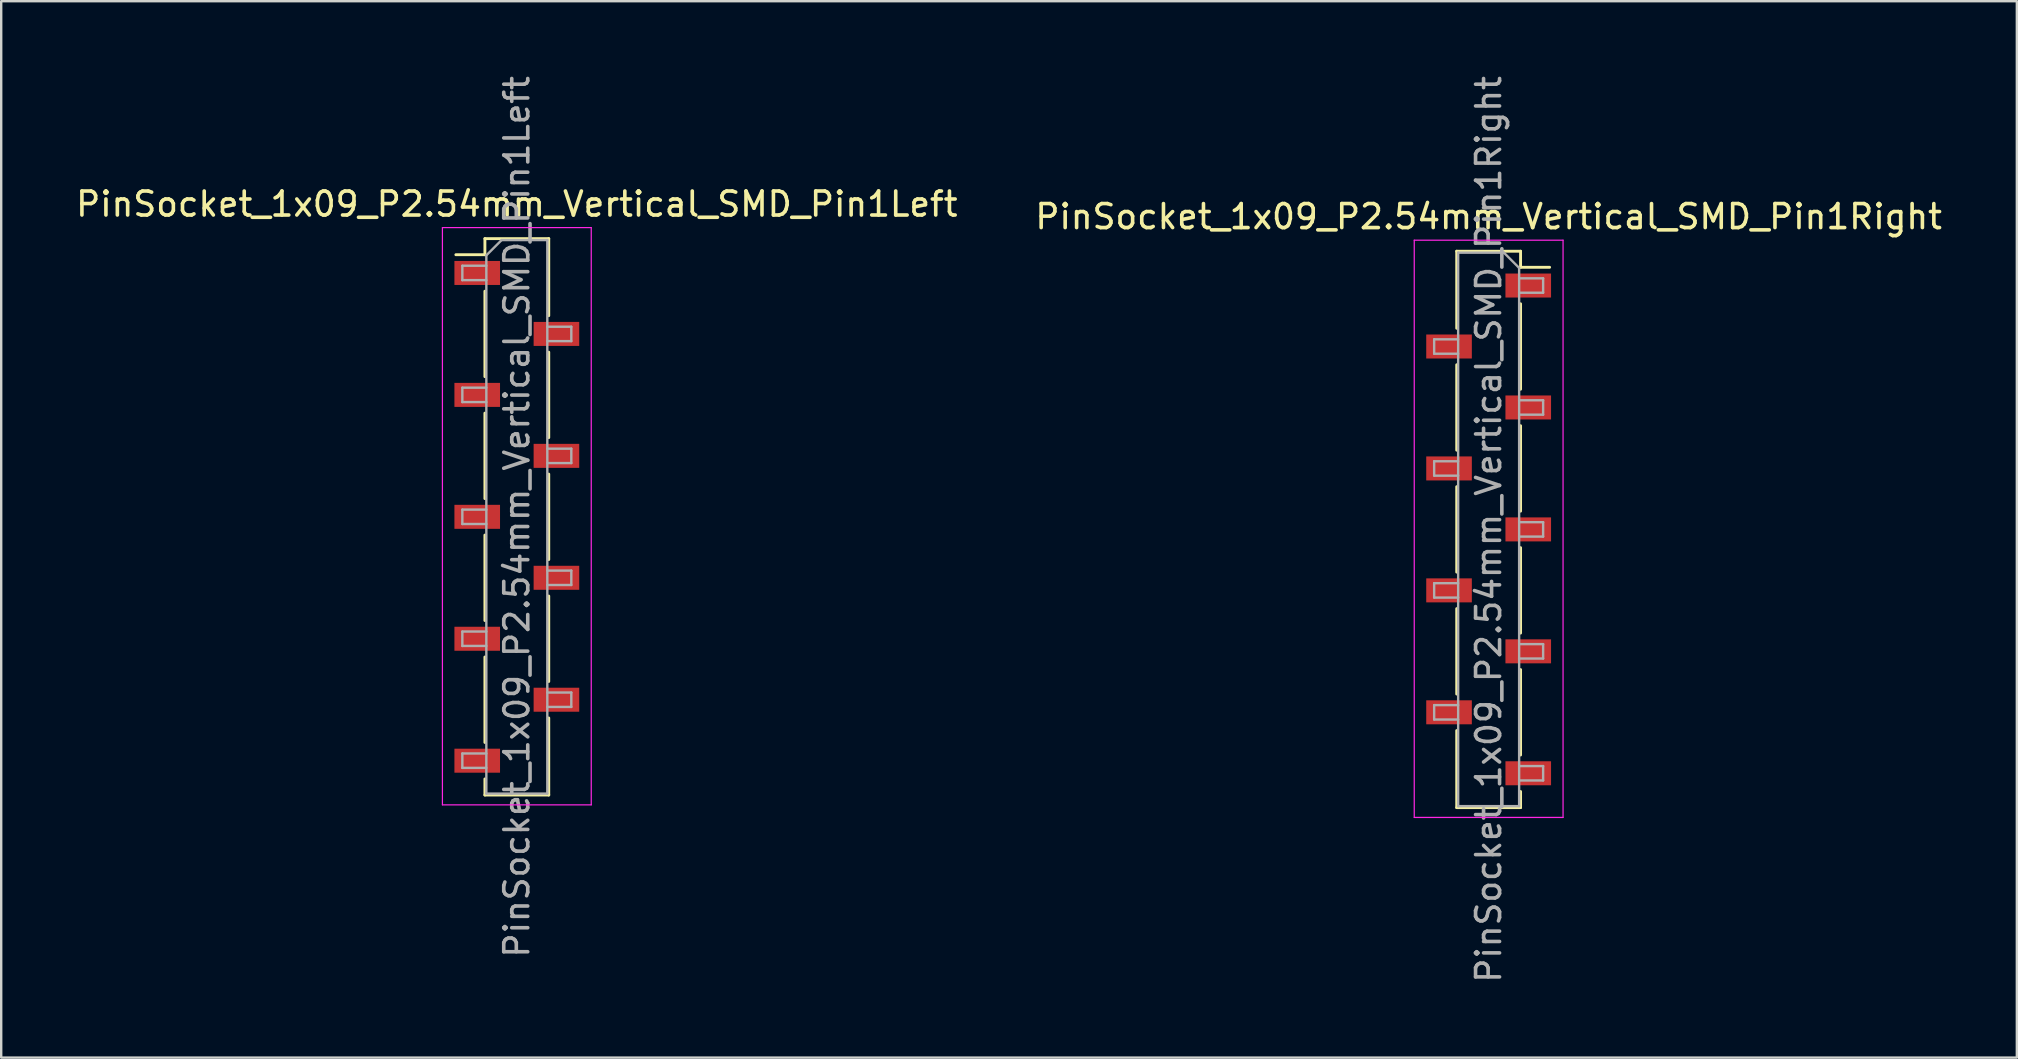
<source format=kicad_pcb>
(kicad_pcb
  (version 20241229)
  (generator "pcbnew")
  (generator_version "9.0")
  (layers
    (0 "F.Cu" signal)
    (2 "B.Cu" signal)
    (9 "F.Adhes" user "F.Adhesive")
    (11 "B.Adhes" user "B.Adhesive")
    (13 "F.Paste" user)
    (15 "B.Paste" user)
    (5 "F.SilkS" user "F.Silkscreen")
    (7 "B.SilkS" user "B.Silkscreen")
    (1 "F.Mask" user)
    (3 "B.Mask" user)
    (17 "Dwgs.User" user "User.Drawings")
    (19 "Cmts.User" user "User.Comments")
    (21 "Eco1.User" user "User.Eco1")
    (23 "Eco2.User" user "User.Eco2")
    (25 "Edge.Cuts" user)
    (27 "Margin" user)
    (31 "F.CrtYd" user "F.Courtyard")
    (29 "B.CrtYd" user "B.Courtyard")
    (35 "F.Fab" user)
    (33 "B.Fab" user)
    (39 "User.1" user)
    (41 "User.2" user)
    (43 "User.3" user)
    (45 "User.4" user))
  (footprint "PinSocket_1x09_P2.54mm_Vertical_SMD_Pin1Right"
    (layer "F.Cu")
    (at 58.97 19.006)
    (property "Reference" "PinSocket_1x09_P2.54mm_Vertical_SMD_Pin1Right" (at 0 -13.03 0) (layer "F.SilkS") (effects (font (size 1 1) (thickness 0.15))))
    (attr smd)
    (fp_line (start -1.33 -11.59) (end -1.33 -8.38) (stroke (width 0.12) (type solid)) (layer "F.SilkS"))
    (fp_line (start -1.33 -11.59) (end 1.33 -11.59) (stroke (width 0.12) (type solid)) (layer "F.SilkS"))
    (fp_line (start -1.33 -6.86) (end -1.33 -3.3) (stroke (width 0.12) (type solid)) (layer "F.SilkS"))
    (fp_line (start -1.33 -1.78) (end -1.33 1.78) (stroke (width 0.12) (type solid)) (layer "F.SilkS"))
    (fp_line (start -1.33 3.3) (end -1.33 6.86) (stroke (width 0.12) (type solid)) (layer "F.SilkS"))
    (fp_line (start -1.33 8.38) (end -1.33 11.59) (stroke (width 0.12) (type solid)) (layer "F.SilkS"))
    (fp_line (start -1.33 11.59) (end 1.33 11.59) (stroke (width 0.12) (type solid)) (layer "F.SilkS"))
    (fp_line (start 1.33 -11.59) (end 1.33 -10.92) (stroke (width 0.12) (type solid)) (layer "F.SilkS"))
    (fp_line (start 1.33 -10.92) (end 2.54 -10.92) (stroke (width 0.12) (type solid)) (layer "F.SilkS"))
    (fp_line (start 1.33 -9.4) (end 1.33 -5.84) (stroke (width 0.12) (type solid)) (layer "F.SilkS"))
    (fp_line (start 1.33 -4.32) (end 1.33 -0.76) (stroke (width 0.12) (type solid)) (layer "F.SilkS"))
    (fp_line (start 1.33 0.76) (end 1.33 4.32) (stroke (width 0.12) (type solid)) (layer "F.SilkS"))
    (fp_line (start 1.33 5.84) (end 1.33 9.4) (stroke (width 0.12) (type solid)) (layer "F.SilkS"))
    (fp_line (start 1.33 10.92) (end 1.33 11.59) (stroke (width 0.12) (type solid)) (layer "F.SilkS"))
    (fp_line (start -3.1 -12.05) (end 3.1 -12.05) (stroke (width 0.05) (type solid)) (layer "F.CrtYd"))
    (fp_line (start -3.1 12) (end -3.1 -12.05) (stroke (width 0.05) (type solid)) (layer "F.CrtYd"))
    (fp_line (start 3.1 -12.05) (end 3.1 12) (stroke (width 0.05) (type solid)) (layer "F.CrtYd"))
    (fp_line (start 3.1 12) (end -3.1 12) (stroke (width 0.05) (type solid)) (layer "F.CrtYd"))
    (fp_line (start -2.27 -7.92) (end -1.27 -7.92) (stroke (width 0.1) (type solid)) (layer "F.Fab"))
    (fp_line (start -2.27 -7.32) (end -2.27 -7.92) (stroke (width 0.1) (type solid)) (layer "F.Fab"))
    (fp_line (start -2.27 -2.84) (end -1.27 -2.84) (stroke (width 0.1) (type solid)) (layer "F.Fab"))
    (fp_line (start -2.27 -2.24) (end -2.27 -2.84) (stroke (width 0.1) (type solid)) (layer "F.Fab"))
    (fp_line (start -2.27 2.24) (end -1.27 2.24) (stroke (width 0.1) (type solid)) (layer "F.Fab"))
    (fp_line (start -2.27 2.84) (end -2.27 2.24) (stroke (width 0.1) (type solid)) (layer "F.Fab"))
    (fp_line (start -2.27 7.32) (end -1.27 7.32) (stroke (width 0.1) (type solid)) (layer "F.Fab"))
    (fp_line (start -2.27 7.92) (end -2.27 7.32) (stroke (width 0.1) (type solid)) (layer "F.Fab"))
    (fp_line (start -1.27 -11.53) (end 0.635 -11.53) (stroke (width 0.1) (type solid)) (layer "F.Fab"))
    (fp_line (start -1.27 -7.32) (end -2.27 -7.32) (stroke (width 0.1) (type solid)) (layer "F.Fab"))
    (fp_line (start -1.27 -2.24) (end -2.27 -2.24) (stroke (width 0.1) (type solid)) (layer "F.Fab"))
    (fp_line (start -1.27 2.84) (end -2.27 2.84) (stroke (width 0.1) (type solid)) (layer "F.Fab"))
    (fp_line (start -1.27 7.92) (end -2.27 7.92) (stroke (width 0.1) (type solid)) (layer "F.Fab"))
    (fp_line (start -1.27 11.53) (end -1.27 -11.53) (stroke (width 0.1) (type solid)) (layer "F.Fab"))
    (fp_line (start 0.635 -11.53) (end 1.27 -10.895) (stroke (width 0.1) (type solid)) (layer "F.Fab"))
    (fp_line (start 1.27 -10.895) (end 1.27 11.53) (stroke (width 0.1) (type solid)) (layer "F.Fab"))
    (fp_line (start 1.27 -10.46) (end 2.27 -10.46) (stroke (width 0.1) (type solid)) (layer "F.Fab"))
    (fp_line (start 1.27 -5.38) (end 2.27 -5.38) (stroke (width 0.1) (type solid)) (layer "F.Fab"))
    (fp_line (start 1.27 -0.3) (end 2.27 -0.3) (stroke (width 0.1) (type solid)) (layer "F.Fab"))
    (fp_line (start 1.27 4.78) (end 2.27 4.78) (stroke (width 0.1) (type solid)) (layer "F.Fab"))
    (fp_line (start 1.27 9.86) (end 2.27 9.86) (stroke (width 0.1) (type solid)) (layer "F.Fab"))
    (fp_line (start 1.27 11.53) (end -1.27 11.53) (stroke (width 0.1) (type solid)) (layer "F.Fab"))
    (fp_line (start 2.27 -10.46) (end 2.27 -9.86) (stroke (width 0.1) (type solid)) (layer "F.Fab"))
    (fp_line (start 2.27 -9.86) (end 1.27 -9.86) (stroke (width 0.1) (type solid)) (layer "F.Fab"))
    (fp_line (start 2.27 -5.38) (end 2.27 -4.78) (stroke (width 0.1) (type solid)) (layer "F.Fab"))
    (fp_line (start 2.27 -4.78) (end 1.27 -4.78) (stroke (width 0.1) (type solid)) (layer "F.Fab"))
    (fp_line (start 2.27 -0.3) (end 2.27 0.3) (stroke (width 0.1) (type solid)) (layer "F.Fab"))
    (fp_line (start 2.27 0.3) (end 1.27 0.3) (stroke (width 0.1) (type solid)) (layer "F.Fab"))
    (fp_line (start 2.27 4.78) (end 2.27 5.38) (stroke (width 0.1) (type solid)) (layer "F.Fab"))
    (fp_line (start 2.27 5.38) (end 1.27 5.38) (stroke (width 0.1) (type solid)) (layer "F.Fab"))
    (fp_line (start 2.27 9.86) (end 2.27 10.46) (stroke (width 0.1) (type solid)) (layer "F.Fab"))
    (fp_line (start 2.27 10.46) (end 1.27 10.46) (stroke (width 0.1) (type solid)) (layer "F.Fab"))
    (fp_text user "${REFERENCE}" (at 0 0 90) (layer "F.Fab") (effects (font (size 1 1) (thickness 0.15))))
    (pad "1" smd rect (at 1.65 -10.16) (size 1.9 1) (layers "F.Cu" "F.Mask" "F.Paste"))
    (pad "2" smd rect (at -1.65 -7.62) (size 1.9 1) (layers "F.Cu" "F.Mask" "F.Paste"))
    (pad "3" smd rect (at 1.65 -5.08) (size 1.9 1) (layers "F.Cu" "F.Mask" "F.Paste"))
    (pad "4" smd rect (at -1.65 -2.54) (size 1.9 1) (layers "F.Cu" "F.Mask" "F.Paste"))
    (pad "5" smd rect (at 1.65 0) (size 1.9 1) (layers "F.Cu" "F.Mask" "F.Paste"))
    (pad "6" smd rect (at -1.65 2.54) (size 1.9 1) (layers "F.Cu" "F.Mask" "F.Paste"))
    (pad "7" smd rect (at 1.65 5.08) (size 1.9 1) (layers "F.Cu" "F.Mask" "F.Paste"))
    (pad "8" smd rect (at -1.65 7.62) (size 1.9 1) (layers "F.Cu" "F.Mask" "F.Paste"))
    (pad "9" smd rect (at 1.65 10.16) (size 1.9 1) (layers "F.Cu" "F.Mask" "F.Paste")))
  (footprint "PinSocket_1x09_P2.54mm_Vertical_SMD_Pin1Left"
    (layer "F.Cu")
    (at 18.482 18.482)
    (property "Reference" "PinSocket_1x09_P2.54mm_Vertical_SMD_Pin1Left" (at 0 -13.03 0) (layer "F.SilkS") (effects (font (size 1 1) (thickness 0.15))))
    (attr smd)
    (fp_line (start -2.54 -10.92) (end -1.33 -10.92) (stroke (width 0.12) (type solid)) (layer "F.SilkS"))
    (fp_line (start -1.33 -11.59) (end -1.33 -10.92) (stroke (width 0.12) (type solid)) (layer "F.SilkS"))
    (fp_line (start -1.33 -11.59) (end 1.33 -11.59) (stroke (width 0.12) (type solid)) (layer "F.SilkS"))
    (fp_line (start -1.33 -9.4) (end -1.33 -5.84) (stroke (width 0.12) (type solid)) (layer "F.SilkS"))
    (fp_line (start -1.33 -4.32) (end -1.33 -0.76) (stroke (width 0.12) (type solid)) (layer "F.SilkS"))
    (fp_line (start -1.33 0.76) (end -1.33 4.32) (stroke (width 0.12) (type solid)) (layer "F.SilkS"))
    (fp_line (start -1.33 5.84) (end -1.33 9.4) (stroke (width 0.12) (type solid)) (layer "F.SilkS"))
    (fp_line (start -1.33 10.92) (end -1.33 11.59) (stroke (width 0.12) (type solid)) (layer "F.SilkS"))
    (fp_line (start -1.33 11.59) (end 1.33 11.59) (stroke (width 0.12) (type solid)) (layer "F.SilkS"))
    (fp_line (start 1.33 -11.59) (end 1.33 -8.38) (stroke (width 0.12) (type solid)) (layer "F.SilkS"))
    (fp_line (start 1.33 -6.86) (end 1.33 -3.3) (stroke (width 0.12) (type solid)) (layer "F.SilkS"))
    (fp_line (start 1.33 -1.78) (end 1.33 1.78) (stroke (width 0.12) (type solid)) (layer "F.SilkS"))
    (fp_line (start 1.33 3.3) (end 1.33 6.86) (stroke (width 0.12) (type solid)) (layer "F.SilkS"))
    (fp_line (start 1.33 8.38) (end 1.33 11.59) (stroke (width 0.12) (type solid)) (layer "F.SilkS"))
    (fp_line (start -3.1 -12.05) (end 3.1 -12.05) (stroke (width 0.05) (type solid)) (layer "F.CrtYd"))
    (fp_line (start -3.1 12) (end -3.1 -12.05) (stroke (width 0.05) (type solid)) (layer "F.CrtYd"))
    (fp_line (start 3.1 -12.05) (end 3.1 12) (stroke (width 0.05) (type solid)) (layer "F.CrtYd"))
    (fp_line (start 3.1 12) (end -3.1 12) (stroke (width 0.05) (type solid)) (layer "F.CrtYd"))
    (fp_line (start -2.27 -10.46) (end -1.27 -10.46) (stroke (width 0.1) (type solid)) (layer "F.Fab"))
    (fp_line (start -2.27 -9.86) (end -2.27 -10.46) (stroke (width 0.1) (type solid)) (layer "F.Fab"))
    (fp_line (start -2.27 -5.38) (end -1.27 -5.38) (stroke (width 0.1) (type solid)) (layer "F.Fab"))
    (fp_line (start -2.27 -4.78) (end -2.27 -5.38) (stroke (width 0.1) (type solid)) (layer "F.Fab"))
    (fp_line (start -2.27 -0.3) (end -1.27 -0.3) (stroke (width 0.1) (type solid)) (layer "F.Fab"))
    (fp_line (start -2.27 0.3) (end -2.27 -0.3) (stroke (width 0.1) (type solid)) (layer "F.Fab"))
    (fp_line (start -2.27 4.78) (end -1.27 4.78) (stroke (width 0.1) (type solid)) (layer "F.Fab"))
    (fp_line (start -2.27 5.38) (end -2.27 4.78) (stroke (width 0.1) (type solid)) (layer "F.Fab"))
    (fp_line (start -2.27 9.86) (end -1.27 9.86) (stroke (width 0.1) (type solid)) (layer "F.Fab"))
    (fp_line (start -2.27 10.46) (end -2.27 9.86) (stroke (width 0.1) (type solid)) (layer "F.Fab"))
    (fp_line (start -1.27 -10.895) (end -0.635 -11.53) (stroke (width 0.1) (type solid)) (layer "F.Fab"))
    (fp_line (start -1.27 -9.86) (end -2.27 -9.86) (stroke (width 0.1) (type solid)) (layer "F.Fab"))
    (fp_line (start -1.27 -4.78) (end -2.27 -4.78) (stroke (width 0.1) (type solid)) (layer "F.Fab"))
    (fp_line (start -1.27 0.3) (end -2.27 0.3) (stroke (width 0.1) (type solid)) (layer "F.Fab"))
    (fp_line (start -1.27 5.38) (end -2.27 5.38) (stroke (width 0.1) (type solid)) (layer "F.Fab"))
    (fp_line (start -1.27 10.46) (end -2.27 10.46) (stroke (width 0.1) (type solid)) (layer "F.Fab"))
    (fp_line (start -1.27 11.53) (end -1.27 -10.895) (stroke (width 0.1) (type solid)) (layer "F.Fab"))
    (fp_line (start -0.635 -11.53) (end 1.27 -11.53) (stroke (width 0.1) (type solid)) (layer "F.Fab"))
    (fp_line (start 1.27 -11.53) (end 1.27 11.53) (stroke (width 0.1) (type solid)) (layer "F.Fab"))
    (fp_line (start 1.27 -7.92) (end 2.27 -7.92) (stroke (width 0.1) (type solid)) (layer "F.Fab"))
    (fp_line (start 1.27 -2.84) (end 2.27 -2.84) (stroke (width 0.1) (type solid)) (layer "F.Fab"))
    (fp_line (start 1.27 2.24) (end 2.27 2.24) (stroke (width 0.1) (type solid)) (layer "F.Fab"))
    (fp_line (start 1.27 7.32) (end 2.27 7.32) (stroke (width 0.1) (type solid)) (layer "F.Fab"))
    (fp_line (start 1.27 11.53) (end -1.27 11.53) (stroke (width 0.1) (type solid)) (layer "F.Fab"))
    (fp_line (start 2.27 -7.92) (end 2.27 -7.32) (stroke (width 0.1) (type solid)) (layer "F.Fab"))
    (fp_line (start 2.27 -7.32) (end 1.27 -7.32) (stroke (width 0.1) (type solid)) (layer "F.Fab"))
    (fp_line (start 2.27 -2.84) (end 2.27 -2.24) (stroke (width 0.1) (type solid)) (layer "F.Fab"))
    (fp_line (start 2.27 -2.24) (end 1.27 -2.24) (stroke (width 0.1) (type solid)) (layer "F.Fab"))
    (fp_line (start 2.27 2.24) (end 2.27 2.84) (stroke (width 0.1) (type solid)) (layer "F.Fab"))
    (fp_line (start 2.27 2.84) (end 1.27 2.84) (stroke (width 0.1) (type solid)) (layer "F.Fab"))
    (fp_line (start 2.27 7.32) (end 2.27 7.92) (stroke (width 0.1) (type solid)) (layer "F.Fab"))
    (fp_line (start 2.27 7.92) (end 1.27 7.92) (stroke (width 0.1) (type solid)) (layer "F.Fab"))
    (fp_text user "${REFERENCE}" (at 0 0 90) (layer "F.Fab") (effects (font (size 1 1) (thickness 0.15))))
    (pad "1" smd rect (at -1.65 -10.16) (size 1.9 1) (layers "F.Cu" "F.Mask" "F.Paste"))
    (pad "2" smd rect (at 1.65 -7.62) (size 1.9 1) (layers "F.Cu" "F.Mask" "F.Paste"))
    (pad "3" smd rect (at -1.65 -5.08) (size 1.9 1) (layers "F.Cu" "F.Mask" "F.Paste"))
    (pad "4" smd rect (at 1.65 -2.54) (size 1.9 1) (layers "F.Cu" "F.Mask" "F.Paste"))
    (pad "5" smd rect (at -1.65 0) (size 1.9 1) (layers "F.Cu" "F.Mask" "F.Paste"))
    (pad "6" smd rect (at 1.65 2.54) (size 1.9 1) (layers "F.Cu" "F.Mask" "F.Paste"))
    (pad "7" smd rect (at -1.65 5.08) (size 1.9 1) (layers "F.Cu" "F.Mask" "F.Paste"))
    (pad "8" smd rect (at 1.65 7.62) (size 1.9 1) (layers "F.Cu" "F.Mask" "F.Paste"))
    (pad "9" smd rect (at -1.65 10.16) (size 1.9 1) (layers "F.Cu" "F.Mask" "F.Paste")))
  (gr_rect
    (start -3 -3)
    (end 80.976 41.012)
    (stroke (width 0.1) (type default))
    (fill no)
    (layer "Edge.Cuts")))
</source>
